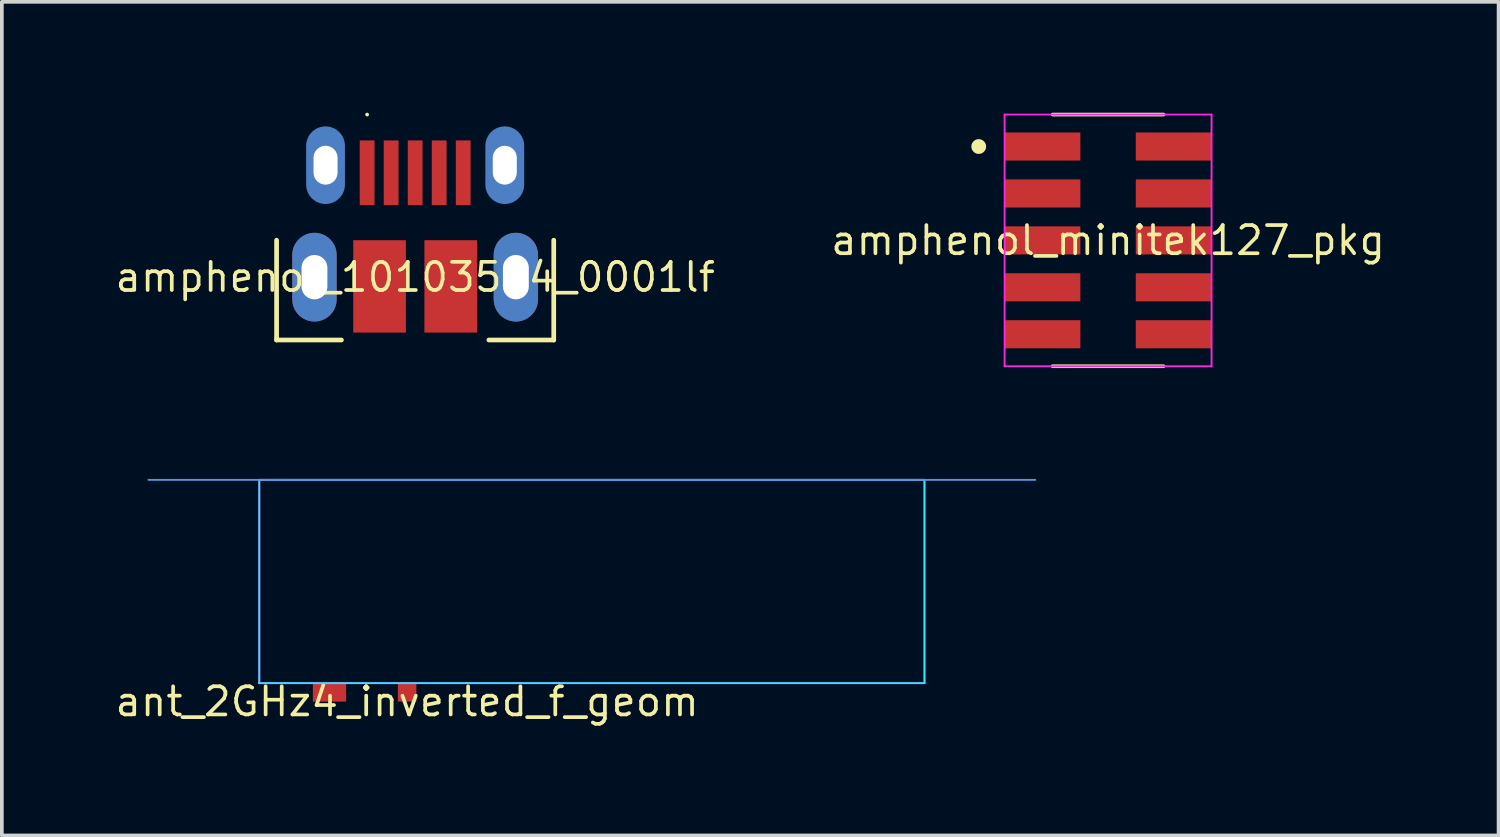
<source format=kicad_pcb>
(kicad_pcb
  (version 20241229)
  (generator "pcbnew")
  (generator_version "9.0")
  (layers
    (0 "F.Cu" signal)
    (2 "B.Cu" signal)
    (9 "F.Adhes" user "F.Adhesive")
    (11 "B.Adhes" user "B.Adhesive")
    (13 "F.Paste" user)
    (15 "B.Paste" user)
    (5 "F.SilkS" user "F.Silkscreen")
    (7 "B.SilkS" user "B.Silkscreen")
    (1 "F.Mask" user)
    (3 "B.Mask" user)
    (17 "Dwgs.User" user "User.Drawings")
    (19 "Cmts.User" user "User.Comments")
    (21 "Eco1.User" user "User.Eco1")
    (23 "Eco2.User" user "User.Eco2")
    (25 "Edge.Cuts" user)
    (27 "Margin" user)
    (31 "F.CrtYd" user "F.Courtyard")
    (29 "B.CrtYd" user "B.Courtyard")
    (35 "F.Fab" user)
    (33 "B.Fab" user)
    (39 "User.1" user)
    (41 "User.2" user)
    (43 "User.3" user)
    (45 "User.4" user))
  (footprint "amphenol_minitek127_pkg"
    (layer "F.Cu")
    (at 26.934 3.455)
    (property "Reference" "amphenol_minitek127_pkg" (at 0 0 0) (layer "F.SilkS") (effects (font (size 0.762 0.762) (thickness 0.1))))
    (attr through_hole)
    (fp_poly (pts (xy -2.95 -2.01) (xy -0.6 -2.01) (xy -0.6 -3.07) (xy -2.95 -3.07)) (stroke (width 0) (type solid)) (fill yes) (layer "F.Mask"))
    (fp_poly (pts (xy -2.95 -0.74) (xy -0.6 -0.74) (xy -0.6 -1.8) (xy -2.95 -1.8)) (stroke (width 0) (type solid)) (fill yes) (layer "F.Mask"))
    (fp_poly (pts (xy -2.95 0.53) (xy -0.6 0.53) (xy -0.6 -0.53) (xy -2.95 -0.53)) (stroke (width 0) (type solid)) (fill yes) (layer "F.Mask"))
    (fp_poly (pts (xy -2.95 1.8) (xy -0.6 1.8) (xy -0.6 0.74) (xy -2.95 0.74)) (stroke (width 0) (type solid)) (fill yes) (layer "F.Mask"))
    (fp_poly (pts (xy -2.95 3.07) (xy -0.6 3.07) (xy -0.6 2.01) (xy -2.95 2.01)) (stroke (width 0) (type solid)) (fill yes) (layer "F.Mask"))
    (fp_poly (pts (xy 0.6 -2.01) (xy 2.95 -2.01) (xy 2.95 -3.07) (xy 0.6 -3.07)) (stroke (width 0) (type solid)) (fill yes) (layer "F.Mask"))
    (fp_poly (pts (xy 0.6 -0.74) (xy 2.95 -0.74) (xy 2.95 -1.8) (xy 0.6 -1.8)) (stroke (width 0) (type solid)) (fill yes) (layer "F.Mask"))
    (fp_poly (pts (xy 0.6 0.53) (xy 2.95 0.53) (xy 2.95 -0.53) (xy 0.6 -0.53)) (stroke (width 0) (type solid)) (fill yes) (layer "F.Mask"))
    (fp_poly (pts (xy 0.6 1.8) (xy 2.95 1.8) (xy 2.95 0.74) (xy 0.6 0.74)) (stroke (width 0) (type solid)) (fill yes) (layer "F.Mask"))
    (fp_poly (pts (xy 0.6 3.07) (xy 2.95 3.07) (xy 2.95 2.01) (xy 0.6 2.01)) (stroke (width 0) (type solid)) (fill yes) (layer "F.Mask"))
    (fp_line (start -1.5 -3.405) (end 1.5 -3.405) (stroke (width 0.1) (type solid)) (layer "F.SilkS"))
    (fp_line (start -1.5 3.405) (end 1.5 3.405) (stroke (width 0.1) (type solid)) (layer "F.SilkS"))
    (fp_poly (pts (xy -3.3 -2.54) (xy -3.304 -2.579) (xy -3.315 -2.617) (xy -3.334 -2.651) (xy -3.359 -2.681) (xy -3.389 -2.706) (xy -3.423 -2.725) (xy -3.461 -2.736) (xy -3.5 -2.74) (xy -3.539 -2.736) (xy -3.577 -2.725) (xy -3.611 -2.706) (xy -3.641 -2.681) (xy -3.666 -2.651) (xy -3.685 -2.617) (xy -3.696 -2.579) (xy -3.7 -2.54) (xy -3.696 -2.501) (xy -3.685 -2.463) (xy -3.666 -2.429) (xy -3.641 -2.399) (xy -3.611 -2.374) (xy -3.577 -2.355) (xy -3.539 -2.344) (xy -3.5 -2.34) (xy -3.461 -2.344) (xy -3.423 -2.355) (xy -3.389 -2.374) (xy -3.359 -2.399) (xy -3.334 -2.429) (xy -3.315 -2.463) (xy -3.304 -2.501)) (stroke (width 0) (type solid)) (fill yes) (layer "F.SilkS"))
    (fp_line (start -2.8 -3.405) (end -2.8 3.405) (stroke (width 0.05) (type solid)) (layer "F.CrtYd"))
    (fp_line (start -2.8 3.405) (end 2.8 3.405) (stroke (width 0.05) (type solid)) (layer "F.CrtYd"))
    (fp_line (start 2.8 -3.405) (end -2.8 -3.405) (stroke (width 0.05) (type solid)) (layer "F.CrtYd"))
    (fp_line (start 2.8 3.405) (end 2.8 -3.405) (stroke (width 0.05) (type solid)) (layer "F.CrtYd"))
    (pad "1" smd rect (at -1.775 -2.54) (size 2.05 0.76) (layers "F.Cu" "F.Paste"))
    (pad "2" smd rect (at 1.775 -2.54) (size 2.05 0.76) (layers "F.Cu" "F.Paste"))
    (pad "3" smd rect (at -1.775 -1.27) (size 2.05 0.76) (layers "F.Cu" "F.Paste"))
    (pad "4" smd rect (at 1.775 -1.27) (size 2.05 0.76) (layers "F.Cu" "F.Paste"))
    (pad "5" smd rect (at -1.775 0) (size 2.05 0.76) (layers "F.Cu" "F.Paste"))
    (pad "6" smd rect (at 1.775 0) (size 2.05 0.76) (layers "F.Cu" "F.Paste"))
    (pad "7" smd rect (at -1.775 1.27) (size 2.05 0.76) (layers "F.Cu" "F.Paste"))
    (pad "8" smd rect (at 1.775 1.27) (size 2.05 0.76) (layers "F.Cu" "F.Paste"))
    (pad "9" smd rect (at -1.775 2.54) (size 2.05 0.76) (layers "F.Cu" "F.Paste"))
    (pad "10" smd rect (at 1.775 2.54) (size 2.05 0.76) (layers "F.Cu" "F.Paste")))
  (footprint "amphenol_10103594_0001lf"
    (layer "F.Cu")
    (at 8.184 4.45)
    (property "Reference" "amphenol_10103594_0001lf" (at 0 0 0) (layer "F.SilkS") (effects (font (size 0.762 0.762) (thickness 0.1))))
    (attr through_hole)
    (fp_poly (pts (xy -1.825 1.65) (xy -0.1 1.65) (xy -0.1 -1.15) (xy -1.825 -1.15)) (stroke (width 0) (type solid)) (fill yes) (layer "F.Mask"))
    (fp_poly (pts (xy -1.65 -1.8) (xy -0.95 -1.8) (xy -0.95 -3.85) (xy -1.65 -3.85)) (stroke (width 0) (type solid)) (fill yes) (layer "F.Mask"))
    (fp_poly (pts (xy -1 -1.8) (xy -0.3 -1.8) (xy -0.3 -3.85) (xy -1 -3.85)) (stroke (width 0) (type solid)) (fill yes) (layer "F.Mask"))
    (fp_poly (pts (xy -0.35 -1.8) (xy 0.35 -1.8) (xy 0.35 -3.85) (xy -0.35 -3.85)) (stroke (width 0) (type solid)) (fill yes) (layer "F.Mask"))
    (fp_poly (pts (xy 0.1 1.65) (xy 1.825 1.65) (xy 1.825 -1.15) (xy 0.1 -1.15)) (stroke (width 0) (type solid)) (fill yes) (layer "F.Mask"))
    (fp_poly (pts (xy 0.3 -1.8) (xy 1 -1.8) (xy 1 -3.85) (xy 0.3 -3.85)) (stroke (width 0) (type solid)) (fill yes) (layer "F.Mask"))
    (fp_poly (pts (xy 0.95 -1.8) (xy 1.65 -1.8) (xy 1.65 -3.85) (xy 0.95 -3.85)) (stroke (width 0) (type solid)) (fill yes) (layer "F.Mask"))
    (fp_poly (pts (xy -1.975 -0.6) (xy -1.989 -0.746) (xy -2.032 -0.887) (xy -2.101 -1.017) (xy -2.195 -1.13) (xy -2.308 -1.224) (xy -2.438 -1.293) (xy -2.579 -1.336) (xy -2.725 -1.35) (xy -2.871 -1.336) (xy -3.012 -1.293) (xy -3.142 -1.224) (xy -3.255 -1.13) (xy -3.349 -1.017) (xy -3.418 -0.887) (xy -3.461 -0.746) (xy -3.475 -0.6) (xy -3.475 0.6) (xy -3.461 0.746) (xy -3.418 0.887) (xy -3.349 1.017) (xy -3.255 1.13) (xy -3.142 1.224) (xy -3.012 1.293) (xy -2.871 1.336) (xy -2.725 1.35) (xy -2.579 1.336) (xy -2.438 1.293) (xy -2.308 1.224) (xy -2.195 1.13) (xy -2.101 1.017) (xy -2.032 0.887) (xy -1.989 0.746) (xy -1.975 0.6)) (stroke (width 0) (type solid)) (fill yes) (layer "F.Mask"))
    (fp_poly (pts (xy -1.91 -3.395) (xy -1.92 -3.495) (xy -1.949 -3.592) (xy -1.997 -3.681) (xy -2.061 -3.759) (xy -2.139 -3.823) (xy -2.228 -3.871) (xy -2.325 -3.9) (xy -2.425 -3.91) (xy -2.525 -3.9) (xy -2.622 -3.871) (xy -2.711 -3.823) (xy -2.789 -3.759) (xy -2.853 -3.681) (xy -2.901 -3.592) (xy -2.93 -3.495) (xy -2.94 -3.395) (xy -2.94 -2.665) (xy -2.93 -2.565) (xy -2.901 -2.468) (xy -2.853 -2.379) (xy -2.789 -2.301) (xy -2.711 -2.237) (xy -2.622 -2.189) (xy -2.525 -2.16) (xy -2.425 -2.15) (xy -2.325 -2.16) (xy -2.228 -2.189) (xy -2.139 -2.237) (xy -2.061 -2.301) (xy -1.997 -2.379) (xy -1.949 -2.468) (xy -1.92 -2.565) (xy -1.91 -2.665)) (stroke (width 0) (type solid)) (fill yes) (layer "F.Mask"))
    (fp_poly (pts (xy 2.94 -3.395) (xy 2.93 -3.495) (xy 2.901 -3.592) (xy 2.853 -3.681) (xy 2.789 -3.759) (xy 2.711 -3.823) (xy 2.622 -3.871) (xy 2.525 -3.9) (xy 2.425 -3.91) (xy 2.325 -3.9) (xy 2.228 -3.871) (xy 2.139 -3.823) (xy 2.061 -3.759) (xy 1.997 -3.681) (xy 1.949 -3.592) (xy 1.92 -3.495) (xy 1.91 -3.395) (xy 1.91 -2.665) (xy 1.92 -2.565) (xy 1.949 -2.468) (xy 1.997 -2.379) (xy 2.061 -2.301) (xy 2.139 -2.237) (xy 2.228 -2.189) (xy 2.325 -2.16) (xy 2.425 -2.15) (xy 2.525 -2.16) (xy 2.622 -2.189) (xy 2.711 -2.237) (xy 2.789 -2.301) (xy 2.853 -2.379) (xy 2.901 -2.468) (xy 2.93 -2.565) (xy 2.94 -2.665)) (stroke (width 0) (type solid)) (fill yes) (layer "F.Mask"))
    (fp_poly (pts (xy 3.475 -0.6) (xy 3.461 -0.746) (xy 3.418 -0.887) (xy 3.349 -1.017) (xy 3.255 -1.13) (xy 3.142 -1.224) (xy 3.012 -1.293) (xy 2.871 -1.336) (xy 2.725 -1.35) (xy 2.579 -1.336) (xy 2.438 -1.293) (xy 2.308 -1.224) (xy 2.195 -1.13) (xy 2.101 -1.017) (xy 2.032 -0.887) (xy 1.989 -0.746) (xy 1.975 -0.6) (xy 1.975 0.6) (xy 1.989 0.746) (xy 2.032 0.887) (xy 2.101 1.017) (xy 2.195 1.13) (xy 2.308 1.224) (xy 2.438 1.293) (xy 2.579 1.336) (xy 2.725 1.35) (xy 2.871 1.336) (xy 3.012 1.293) (xy 3.142 1.224) (xy 3.255 1.13) (xy 3.349 1.017) (xy 3.418 0.887) (xy 3.461 0.746) (xy 3.475 0.6)) (stroke (width 0) (type solid)) (fill yes) (layer "F.Mask"))
    (fp_poly (pts (xy -1.975 -0.6) (xy -1.989 -0.746) (xy -2.032 -0.887) (xy -2.101 -1.017) (xy -2.195 -1.13) (xy -2.308 -1.224) (xy -2.438 -1.293) (xy -2.579 -1.336) (xy -2.725 -1.35) (xy -2.871 -1.336) (xy -3.012 -1.293) (xy -3.142 -1.224) (xy -3.255 -1.13) (xy -3.349 -1.017) (xy -3.418 -0.887) (xy -3.461 -0.746) (xy -3.475 -0.6) (xy -3.475 0.6) (xy -3.461 0.746) (xy -3.418 0.887) (xy -3.349 1.017) (xy -3.255 1.13) (xy -3.142 1.224) (xy -3.012 1.293) (xy -2.871 1.336) (xy -2.725 1.35) (xy -2.579 1.336) (xy -2.438 1.293) (xy -2.308 1.224) (xy -2.195 1.13) (xy -2.101 1.017) (xy -2.032 0.887) (xy -1.989 0.746) (xy -1.975 0.6)) (stroke (width 0) (type solid)) (fill yes) (layer "B.Mask"))
    (fp_poly (pts (xy -1.91 -3.395) (xy -1.92 -3.495) (xy -1.949 -3.592) (xy -1.997 -3.681) (xy -2.061 -3.759) (xy -2.139 -3.823) (xy -2.228 -3.871) (xy -2.325 -3.9) (xy -2.425 -3.91) (xy -2.525 -3.9) (xy -2.622 -3.871) (xy -2.711 -3.823) (xy -2.789 -3.759) (xy -2.853 -3.681) (xy -2.901 -3.592) (xy -2.93 -3.495) (xy -2.94 -3.395) (xy -2.94 -2.665) (xy -2.93 -2.565) (xy -2.901 -2.468) (xy -2.853 -2.379) (xy -2.789 -2.301) (xy -2.711 -2.237) (xy -2.622 -2.189) (xy -2.525 -2.16) (xy -2.425 -2.15) (xy -2.325 -2.16) (xy -2.228 -2.189) (xy -2.139 -2.237) (xy -2.061 -2.301) (xy -1.997 -2.379) (xy -1.949 -2.468) (xy -1.92 -2.565) (xy -1.91 -2.665)) (stroke (width 0) (type solid)) (fill yes) (layer "B.Mask"))
    (fp_poly (pts (xy -1.75 -3.555) (xy -1.763 -3.687) (xy -1.801 -3.813) (xy -1.864 -3.93) (xy -1.948 -4.032) (xy -2.05 -4.116) (xy -2.167 -4.179) (xy -2.293 -4.217) (xy -2.425 -4.23) (xy -2.557 -4.217) (xy -2.683 -4.179) (xy -2.8 -4.116) (xy -2.902 -4.032) (xy -2.986 -3.93) (xy -3.049 -3.813) (xy -3.087 -3.687) (xy -3.1 -3.555) (xy -3.1 -2.505) (xy -3.087 -2.373) (xy -3.049 -2.247) (xy -2.986 -2.13) (xy -2.902 -2.028) (xy -2.8 -1.944) (xy -2.683 -1.881) (xy -2.557 -1.843) (xy -2.425 -1.83) (xy -2.293 -1.843) (xy -2.167 -1.881) (xy -2.05 -1.944) (xy -1.948 -2.028) (xy -1.864 -2.13) (xy -1.801 -2.247) (xy -1.763 -2.373) (xy -1.75 -2.505)) (stroke (width 0) (type solid)) (fill yes) (layer "B.Mask"))
    (fp_poly (pts (xy 2.94 -3.395) (xy 2.93 -3.495) (xy 2.901 -3.592) (xy 2.853 -3.681) (xy 2.789 -3.759) (xy 2.711 -3.823) (xy 2.622 -3.871) (xy 2.525 -3.9) (xy 2.425 -3.91) (xy 2.325 -3.9) (xy 2.228 -3.871) (xy 2.139 -3.823) (xy 2.061 -3.759) (xy 1.997 -3.681) (xy 1.949 -3.592) (xy 1.92 -3.495) (xy 1.91 -3.395) (xy 1.91 -2.665) (xy 1.92 -2.565) (xy 1.949 -2.468) (xy 1.997 -2.379) (xy 2.061 -2.301) (xy 2.139 -2.237) (xy 2.228 -2.189) (xy 2.325 -2.16) (xy 2.425 -2.15) (xy 2.525 -2.16) (xy 2.622 -2.189) (xy 2.711 -2.237) (xy 2.789 -2.301) (xy 2.853 -2.379) (xy 2.901 -2.468) (xy 2.93 -2.565) (xy 2.94 -2.665)) (stroke (width 0) (type solid)) (fill yes) (layer "B.Mask"))
    (fp_poly (pts (xy 3.1 -3.555) (xy 3.087 -3.687) (xy 3.049 -3.813) (xy 2.986 -3.93) (xy 2.902 -4.032) (xy 2.8 -4.116) (xy 2.683 -4.179) (xy 2.557 -4.217) (xy 2.425 -4.23) (xy 2.293 -4.217) (xy 2.167 -4.179) (xy 2.05 -4.116) (xy 1.948 -4.032) (xy 1.864 -3.93) (xy 1.801 -3.813) (xy 1.763 -3.687) (xy 1.75 -3.555) (xy 1.75 -2.505) (xy 1.763 -2.373) (xy 1.801 -2.247) (xy 1.864 -2.13) (xy 1.948 -2.028) (xy 2.05 -1.944) (xy 2.167 -1.881) (xy 2.293 -1.843) (xy 2.425 -1.83) (xy 2.557 -1.843) (xy 2.683 -1.881) (xy 2.8 -1.944) (xy 2.902 -2.028) (xy 2.986 -2.13) (xy 3.049 -2.247) (xy 3.087 -2.373) (xy 3.1 -2.505)) (stroke (width 0) (type solid)) (fill yes) (layer "B.Mask"))
    (fp_poly (pts (xy 3.475 -0.6) (xy 3.461 -0.746) (xy 3.418 -0.887) (xy 3.349 -1.017) (xy 3.255 -1.13) (xy 3.142 -1.224) (xy 3.012 -1.293) (xy 2.871 -1.336) (xy 2.725 -1.35) (xy 2.579 -1.336) (xy 2.438 -1.293) (xy 2.308 -1.224) (xy 2.195 -1.13) (xy 2.101 -1.017) (xy 2.032 -0.887) (xy 1.989 -0.746) (xy 1.975 -0.6) (xy 1.975 0.6) (xy 1.989 0.746) (xy 2.032 0.887) (xy 2.101 1.017) (xy 2.195 1.13) (xy 2.308 1.224) (xy 2.438 1.293) (xy 2.579 1.336) (xy 2.725 1.35) (xy 2.871 1.336) (xy 3.012 1.293) (xy 3.142 1.224) (xy 3.255 1.13) (xy 3.349 1.017) (xy 3.418 0.887) (xy 3.461 0.746) (xy 3.475 0.6)) (stroke (width 0) (type solid)) (fill yes) (layer "B.Mask"))
    (fp_line (start -3.75 -1) (end -3.75 1.7) (stroke (width 0.127) (type solid)) (layer "F.SilkS"))
    (fp_line (start -3.75 1.7) (end -1.995 1.7) (stroke (width 0.127) (type solid)) (layer "F.SilkS"))
    (fp_line (start 3.75 -1) (end 3.75 1.7) (stroke (width 0.127) (type solid)) (layer "F.SilkS"))
    (fp_line (start 3.75 1.7) (end 1.995 1.7) (stroke (width 0.127) (type solid)) (layer "F.SilkS"))
    (fp_poly (pts (xy -1.25 -4.4) (xy -1.251 -4.41) (xy -1.254 -4.419) (xy -1.258 -4.428) (xy -1.265 -4.435) (xy -1.272 -4.442) (xy -1.281 -4.446) (xy -1.29 -4.449) (xy -1.3 -4.45) (xy -1.31 -4.449) (xy -1.319 -4.446) (xy -1.328 -4.442) (xy -1.335 -4.435) (xy -1.342 -4.428) (xy -1.346 -4.419) (xy -1.349 -4.41) (xy -1.35 -4.4) (xy -1.349 -4.39) (xy -1.346 -4.381) (xy -1.342 -4.372) (xy -1.335 -4.365) (xy -1.328 -4.358) (xy -1.319 -4.354) (xy -1.31 -4.351) (xy -1.3 -4.35) (xy -1.29 -4.351) (xy -1.281 -4.354) (xy -1.272 -4.358) (xy -1.265 -4.365) (xy -1.258 -4.372) (xy -1.254 -4.381) (xy -1.251 -4.39)) (stroke (width 0) (type solid)) (fill yes) (layer "F.SilkS"))
    (pad "1" smd rect (at -1.3 -2.825) (size 0.4 1.75) (layers "F.Cu" "F.Paste"))
    (pad "2" smd rect (at -0.65 -2.825) (size 0.4 1.75) (layers "F.Cu" "F.Paste"))
    (pad "3" smd rect (at 0 -2.825) (size 0.4 1.75) (layers "F.Cu" "F.Paste"))
    (pad "4" smd rect (at 0.65 -2.825) (size 0.4 1.75) (layers "F.Cu" "F.Paste"))
    (pad "5" smd rect (at 1.3 -2.825) (size 0.4 1.75) (layers "F.Cu" "F.Paste"))
    (pad "6" thru_hole oval (at -2.425 -3.03 90) (size 1.46 0.73) (drill oval 1.05 0.65) (layers "*.Cu"))
    (pad "7" thru_hole oval (at 2.425 -3.03 90) (size 1.46 0.73) (drill oval 1.05 0.65) (layers "*.Cu"))
    (pad "8" thru_hole oval (at -2.725 0 90) (size 2.4 1.2) (drill oval 1.2 0.7) (layers "*.Cu"))
    (pad "9" thru_hole oval (at 2.725 0 90) (size 2.4 1.2) (drill oval 1.2 0.7) (layers "*.Cu"))
    (pad "10" smd oval (at -2.425 -3.03 90) (size 2.1 1.05) (layers "B.Cu" "B.Paste"))
    (pad "11" smd oval (at 2.425 -3.03 90) (size 2.1 1.05) (layers "B.Cu" "B.Paste"))
    (pad "13" smd rect (at -0.963 0.25) (size 1.425 2.5) (layers "F.Cu" "F.Paste"))
    (pad "14" smd rect (at 0.963 0.25) (size 1.425 2.5) (layers "F.Cu" "F.Paste")))
  (footprint "ant_2GHz4_inverted_f_geom"
    (layer "F.Cu")
    (at 7.966 15.935)
    (property "Reference" "ant_2GHz4_inverted_f_geom" (at 0 0 0) (layer "F.SilkS") (effects (font (size 0.762 0.762) (thickness 0.1))))
    (attr through_hole)
    (fp_poly (pts (xy -2.7 0.15) (xy -1.5 0.15) (xy -1.5 -0.65) (xy -2.7 -0.65)) (stroke (width 0) (type solid)) (fill yes) (layer "F.Mask"))
    (fp_poly (pts (xy -0.4 0.15) (xy 0.4 0.15) (xy 0.4 -0.65) (xy -0.4 -0.65)) (stroke (width 0) (type solid)) (fill yes) (layer "F.Mask"))
    (fp_line (start 17 -6) (end -7 -6) (stroke (width 0.05) (type solid)) (layer "Cmts.User"))
    (fp_line (start -4 -6) (end -4 -0.5) (stroke (width 0.05) (type solid)) (layer "B.CrtYd"))
    (fp_line (start -4 -0.5) (end 14 -0.5) (stroke (width 0.05) (type solid)) (layer "B.CrtYd"))
    (fp_line (start 14 -6) (end -4 -6) (stroke (width 0.05) (type solid)) (layer "B.CrtYd"))
    (fp_line (start 14 -0.5) (end 14 -6) (stroke (width 0.05) (type solid)) (layer "B.CrtYd"))
    (fp_line (start -4 -6) (end -4 -0.5) (stroke (width 0.05) (type solid)) (layer "F.CrtYd"))
    (fp_line (start -4 -0.5) (end 14 -0.5) (stroke (width 0.05) (type solid)) (layer "F.CrtYd"))
    (fp_line (start 14 -6) (end -4 -6) (stroke (width 0.05) (type solid)) (layer "F.CrtYd"))
    (fp_line (start 14 -0.5) (end 14 -6) (stroke (width 0.05) (type solid)) (layer "F.CrtYd"))
    (pad "gnd" smd rect (at -2.1 -0.25) (size 0.9 0.5) (layers "F.Cu" "F.Paste"))
    (pad "launch" smd rect (at 0 -0.25) (size 0.5 0.5) (layers "F.Cu" "F.Paste")))
  (gr_rect
    (start -3 -3)
    (end 37.501 19.556)
    (stroke (width 0.1) (type default))
    (fill no)
    (layer "Edge.Cuts")))
</source>
